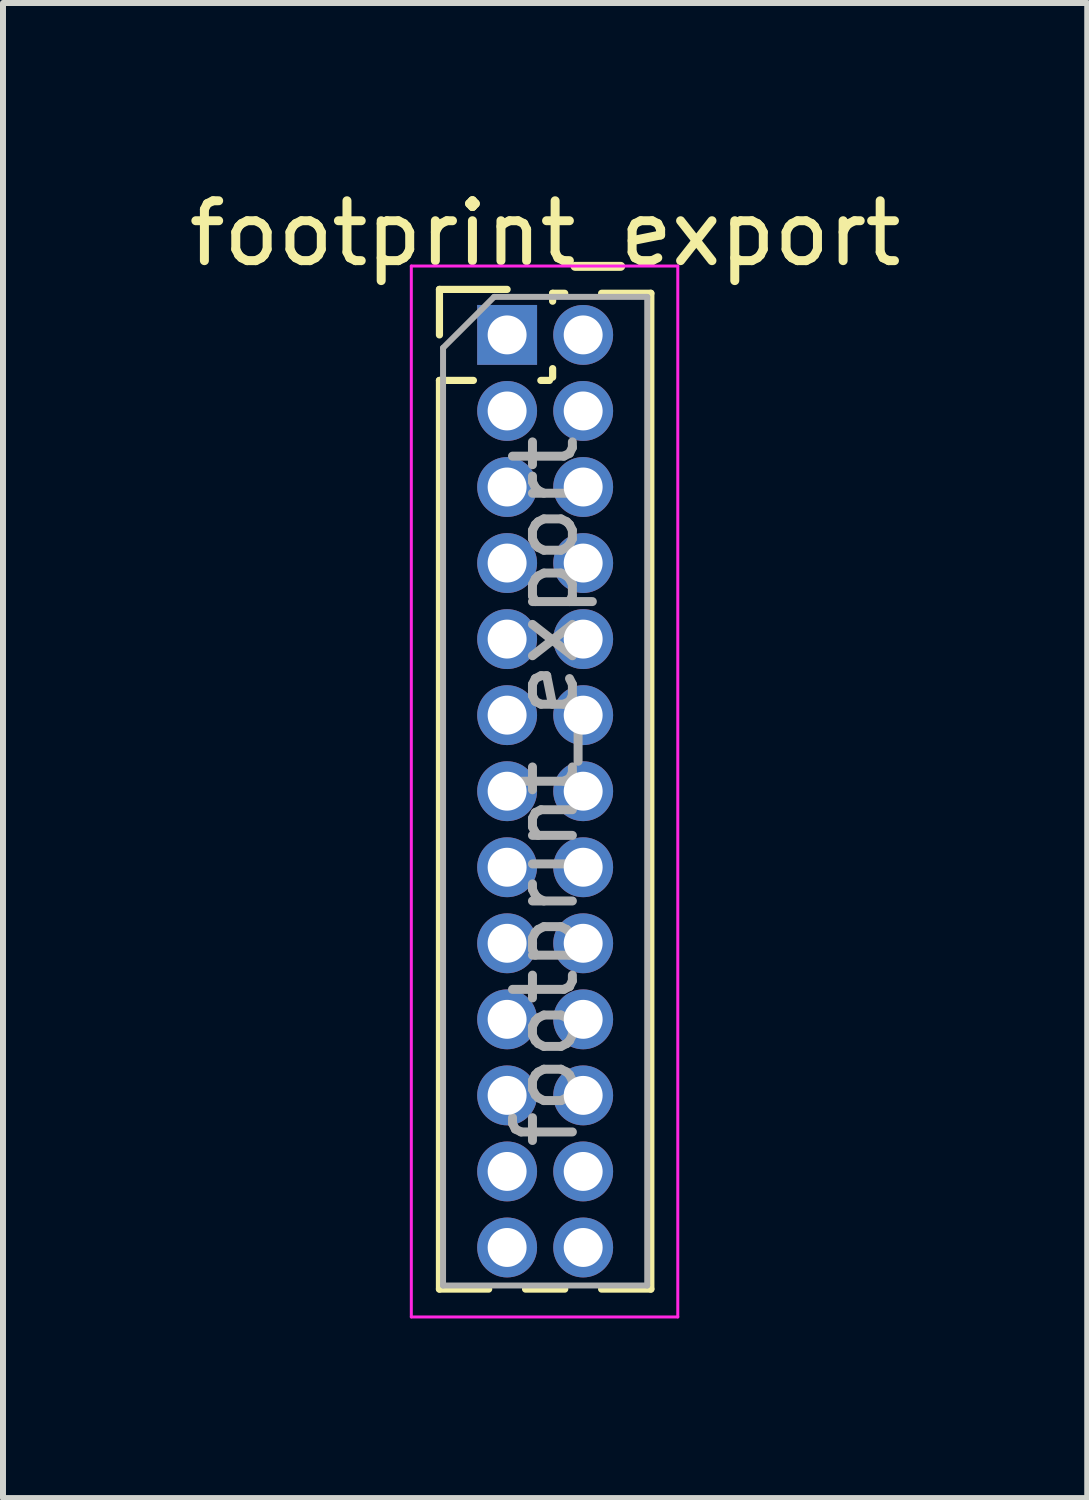
<source format=kicad_pcb>
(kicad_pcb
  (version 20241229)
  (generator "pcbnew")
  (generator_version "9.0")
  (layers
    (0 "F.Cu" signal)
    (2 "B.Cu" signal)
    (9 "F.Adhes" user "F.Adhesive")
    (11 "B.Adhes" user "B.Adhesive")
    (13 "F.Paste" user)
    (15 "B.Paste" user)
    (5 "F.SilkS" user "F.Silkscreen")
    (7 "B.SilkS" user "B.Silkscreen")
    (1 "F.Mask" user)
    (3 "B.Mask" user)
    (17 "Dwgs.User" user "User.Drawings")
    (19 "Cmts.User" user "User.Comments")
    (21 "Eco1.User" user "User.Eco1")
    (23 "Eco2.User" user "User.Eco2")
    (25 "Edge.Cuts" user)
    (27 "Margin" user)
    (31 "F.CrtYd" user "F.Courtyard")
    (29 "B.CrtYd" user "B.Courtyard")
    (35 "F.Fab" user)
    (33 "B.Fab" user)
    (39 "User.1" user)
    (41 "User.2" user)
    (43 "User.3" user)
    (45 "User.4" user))
  (footprint "footprint_export"
    (layer "F.Cu")
    (at 5.419 2.543)
    (property "Reference" "footprint_export" (at 0.635 -1.695 0) (layer "F.SilkS") (effects (font (size 1 1) (thickness 0.15))))
    (attr through_hole)
    (fp_line (start -1.13 -0.76) (end 0 -0.76) (stroke (width 0.12) (type solid)) (layer "F.SilkS"))
    (fp_line (start -1.13 0) (end -1.13 -0.76) (stroke (width 0.12) (type solid)) (layer "F.SilkS"))
    (fp_line (start -1.13 0.76) (end -1.13 15.935) (stroke (width 0.12) (type solid)) (layer "F.SilkS"))
    (fp_line (start -1.13 0.76) (end -0.563 0.76) (stroke (width 0.12) (type solid)) (layer "F.SilkS"))
    (fp_line (start -1.13 15.935) (end -0.308 15.935) (stroke (width 0.12) (type solid)) (layer "F.SilkS"))
    (fp_line (start 0.308 15.935) (end 0.962 15.935) (stroke (width 0.12) (type solid)) (layer "F.SilkS"))
    (fp_line (start 0.563 0.76) (end 0.707 0.76) (stroke (width 0.12) (type solid)) (layer "F.SilkS"))
    (fp_line (start 0.76 -0.695) (end 0.962 -0.695) (stroke (width 0.12) (type solid)) (layer "F.SilkS"))
    (fp_line (start 0.76 -0.563) (end 0.76 -0.695) (stroke (width 0.12) (type solid)) (layer "F.SilkS"))
    (fp_line (start 0.76 0.707) (end 0.76 0.563) (stroke (width 0.12) (type solid)) (layer "F.SilkS"))
    (fp_line (start 1.578 -0.695) (end 2.4 -0.695) (stroke (width 0.12) (type solid)) (layer "F.SilkS"))
    (fp_line (start 1.578 15.935) (end 2.4 15.935) (stroke (width 0.12) (type solid)) (layer "F.SilkS"))
    (fp_line (start 2.4 -0.695) (end 2.4 15.935) (stroke (width 0.12) (type solid)) (layer "F.SilkS"))
    (fp_line (start -1.6 -1.15) (end -1.6 16.4) (stroke (width 0.05) (type solid)) (layer "F.CrtYd"))
    (fp_line (start -1.6 16.4) (end 2.85 16.4) (stroke (width 0.05) (type solid)) (layer "F.CrtYd"))
    (fp_line (start 2.85 -1.15) (end -1.6 -1.15) (stroke (width 0.05) (type solid)) (layer "F.CrtYd"))
    (fp_line (start 2.85 16.4) (end 2.85 -1.15) (stroke (width 0.05) (type solid)) (layer "F.CrtYd"))
    (fp_line (start -1.07 0.217) (end -0.217 -0.635) (stroke (width 0.1) (type solid)) (layer "F.Fab"))
    (fp_line (start -1.07 15.875) (end -1.07 0.217) (stroke (width 0.1) (type solid)) (layer "F.Fab"))
    (fp_line (start -0.217 -0.635) (end 2.34 -0.635) (stroke (width 0.1) (type solid)) (layer "F.Fab"))
    (fp_line (start 2.34 -0.635) (end 2.34 15.875) (stroke (width 0.1) (type solid)) (layer "F.Fab"))
    (fp_line (start 2.34 15.875) (end -1.07 15.875) (stroke (width 0.1) (type solid)) (layer "F.Fab"))
    (fp_text user "${REFERENCE}" (at 0.635 7.62 90) (layer "F.Fab") (effects (font (size 1 1) (thickness 0.15))))
    (pad "1" thru_hole rect (at 0 0) (size 1 1) (drill 0.65) (layers "*.Cu" "*.Mask"))
    (pad "2" thru_hole oval (at 1.27 0) (size 1 1) (drill 0.65) (layers "*.Cu" "*.Mask"))
    (pad "3" thru_hole oval (at 0 1.27) (size 1 1) (drill 0.65) (layers "*.Cu" "*.Mask"))
    (pad "4" thru_hole oval (at 1.27 1.27) (size 1 1) (drill 0.65) (layers "*.Cu" "*.Mask"))
    (pad "5" thru_hole oval (at 0 2.54) (size 1 1) (drill 0.65) (layers "*.Cu" "*.Mask"))
    (pad "6" thru_hole oval (at 1.27 2.54) (size 1 1) (drill 0.65) (layers "*.Cu" "*.Mask"))
    (pad "7" thru_hole oval (at 0 3.81) (size 1 1) (drill 0.65) (layers "*.Cu" "*.Mask"))
    (pad "8" thru_hole oval (at 1.27 3.81) (size 1 1) (drill 0.65) (layers "*.Cu" "*.Mask"))
    (pad "9" thru_hole oval (at 0 5.08) (size 1 1) (drill 0.65) (layers "*.Cu" "*.Mask"))
    (pad "10" thru_hole oval (at 1.27 5.08) (size 1 1) (drill 0.65) (layers "*.Cu" "*.Mask"))
    (pad "11" thru_hole oval (at 0 6.35) (size 1 1) (drill 0.65) (layers "*.Cu" "*.Mask"))
    (pad "12" thru_hole oval (at 1.27 6.35) (size 1 1) (drill 0.65) (layers "*.Cu" "*.Mask"))
    (pad "13" thru_hole oval (at 0 7.62) (size 1 1) (drill 0.65) (layers "*.Cu" "*.Mask"))
    (pad "14" thru_hole oval (at 1.27 7.62) (size 1 1) (drill 0.65) (layers "*.Cu" "*.Mask"))
    (pad "15" thru_hole oval (at 0 8.89) (size 1 1) (drill 0.65) (layers "*.Cu" "*.Mask"))
    (pad "16" thru_hole oval (at 1.27 8.89) (size 1 1) (drill 0.65) (layers "*.Cu" "*.Mask"))
    (pad "17" thru_hole oval (at 0 10.16) (size 1 1) (drill 0.65) (layers "*.Cu" "*.Mask"))
    (pad "18" thru_hole oval (at 1.27 10.16) (size 1 1) (drill 0.65) (layers "*.Cu" "*.Mask"))
    (pad "19" thru_hole oval (at 0 11.43) (size 1 1) (drill 0.65) (layers "*.Cu" "*.Mask"))
    (pad "20" thru_hole oval (at 1.27 11.43) (size 1 1) (drill 0.65) (layers "*.Cu" "*.Mask"))
    (pad "21" thru_hole oval (at 0 12.7) (size 1 1) (drill 0.65) (layers "*.Cu" "*.Mask"))
    (pad "22" thru_hole oval (at 1.27 12.7) (size 1 1) (drill 0.65) (layers "*.Cu" "*.Mask"))
    (pad "23" thru_hole oval (at 0 13.97) (size 1 1) (drill 0.65) (layers "*.Cu" "*.Mask"))
    (pad "24" thru_hole oval (at 1.27 13.97) (size 1 1) (drill 0.65) (layers "*.Cu" "*.Mask"))
    (pad "25" thru_hole oval (at 0 15.24) (size 1 1) (drill 0.65) (layers "*.Cu" "*.Mask"))
    (pad "26" thru_hole oval (at 1.27 15.24) (size 1 1) (drill 0.65) (layers "*.Cu" "*.Mask")))
  (gr_rect
    (start -3 -3)
    (end 15.107 21.968)
    (stroke (width 0.1) (type default))
    (fill no)
    (layer "Edge.Cuts")))
</source>
